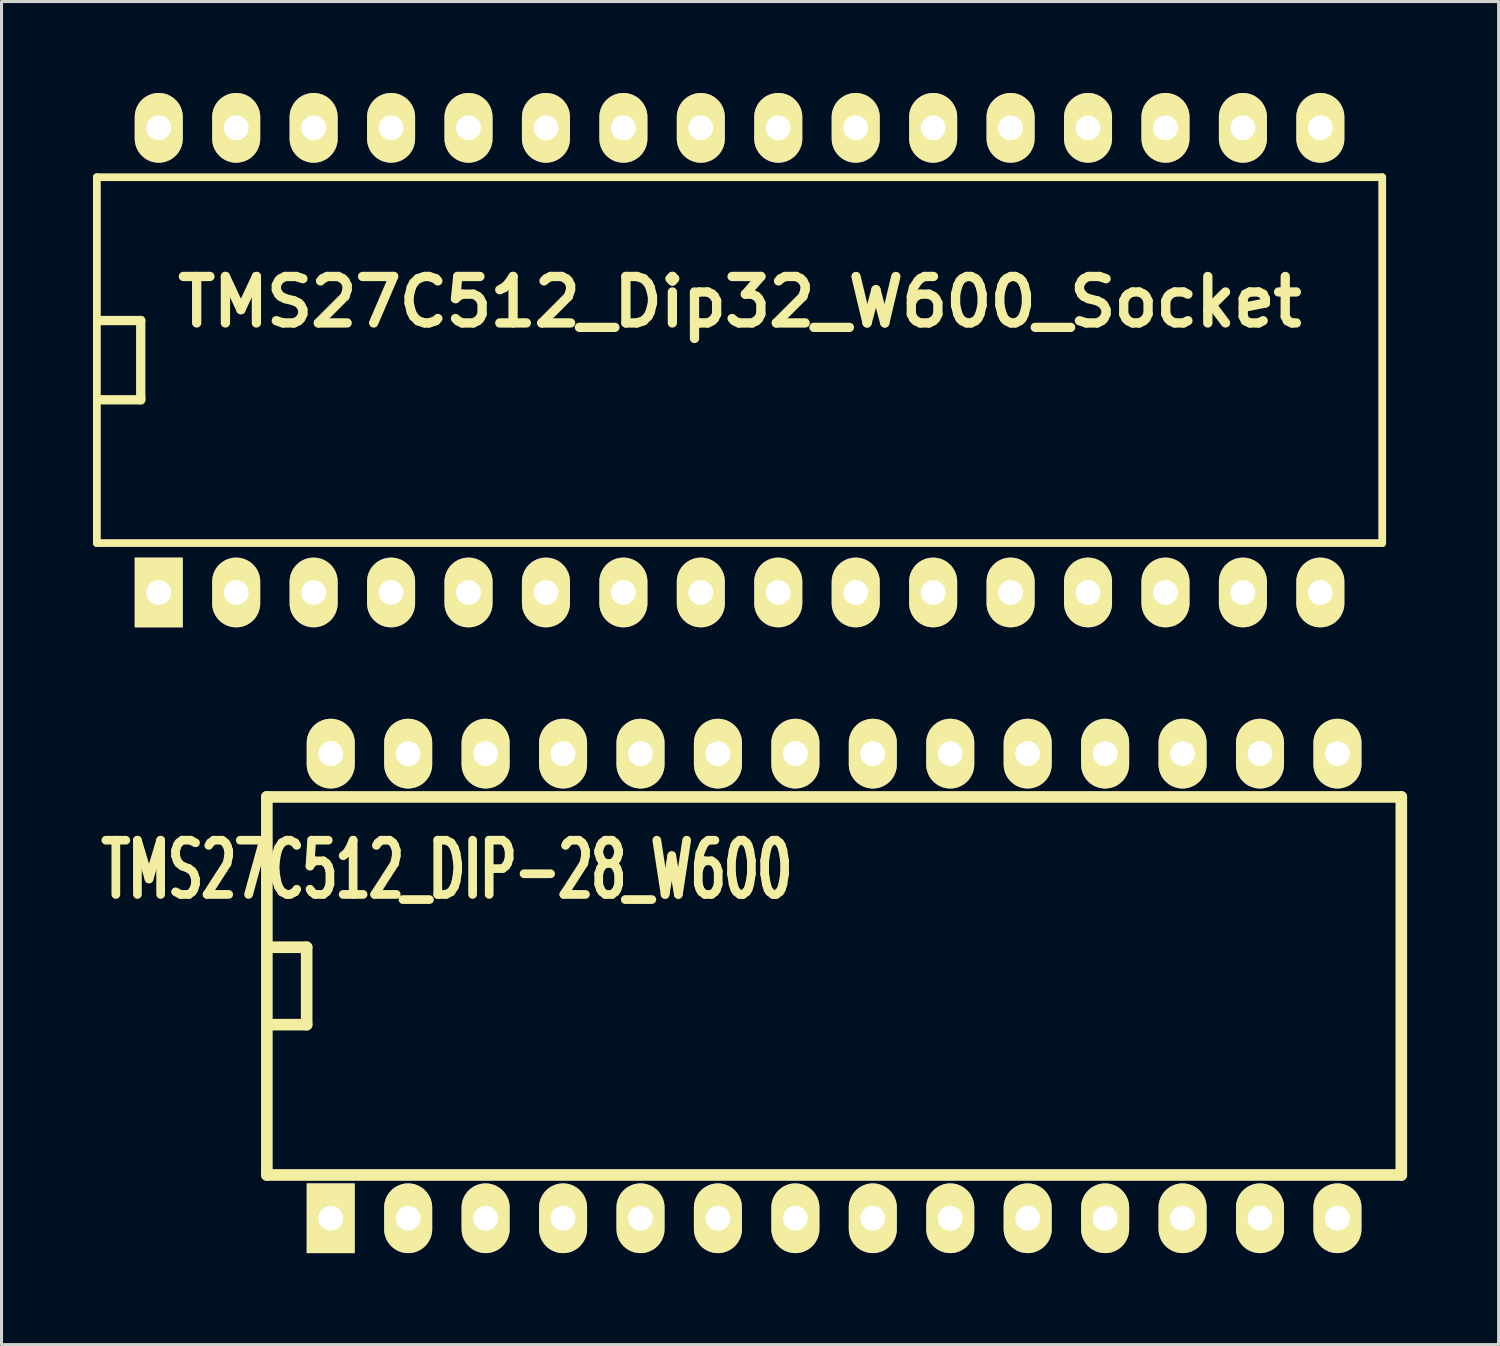
<source format=kicad_pcb>
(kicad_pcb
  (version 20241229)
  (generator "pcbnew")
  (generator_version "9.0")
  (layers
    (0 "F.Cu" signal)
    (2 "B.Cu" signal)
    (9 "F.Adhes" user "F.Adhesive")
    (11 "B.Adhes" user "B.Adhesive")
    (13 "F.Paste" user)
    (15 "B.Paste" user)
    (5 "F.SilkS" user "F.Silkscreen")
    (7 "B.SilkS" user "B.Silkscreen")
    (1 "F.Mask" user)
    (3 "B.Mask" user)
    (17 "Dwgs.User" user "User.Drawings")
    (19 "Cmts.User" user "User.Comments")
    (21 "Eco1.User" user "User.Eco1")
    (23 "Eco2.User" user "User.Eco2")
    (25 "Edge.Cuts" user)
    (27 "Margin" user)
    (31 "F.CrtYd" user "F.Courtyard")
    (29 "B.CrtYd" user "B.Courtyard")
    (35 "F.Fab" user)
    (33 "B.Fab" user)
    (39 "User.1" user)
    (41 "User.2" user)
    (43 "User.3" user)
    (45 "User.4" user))
  (footprint "TMS27C512_Dip32_W600_Socket"
    (layer "F.Cu")
    (at 21.207 8.763)
    (property "Reference" "TMS27C512_Dip32_W600_Socket" (at 0.01 -1.91 0) (layer "F.SilkS") (effects (font (size 1.524 1.524) (thickness 0.305))))
    (attr through_hole)
    (fp_line (start -21.08 -6) (end -21.08 6) (stroke (width 0.254) (type solid)) (layer "F.SilkS"))
    (fp_line (start -21.08 6) (end 21.08 6) (stroke (width 0.254) (type solid)) (layer "F.SilkS"))
    (fp_line (start -21.041 -1.3) (end -19.641 -1.3) (stroke (width 0.305) (type solid)) (layer "F.SilkS"))
    (fp_line (start -19.641 -1.3) (end -19.641 1.199) (stroke (width 0.305) (type solid)) (layer "F.SilkS"))
    (fp_line (start -19.641 1.199) (end -19.641 1.3) (stroke (width 0.305) (type solid)) (layer "F.SilkS"))
    (fp_line (start -19.641 1.3) (end -21.041 1.3) (stroke (width 0.305) (type solid)) (layer "F.SilkS"))
    (fp_line (start 21.08 -6) (end -21.08 -6) (stroke (width 0.254) (type solid)) (layer "F.SilkS"))
    (fp_line (start 21.08 6) (end 21.08 -6) (stroke (width 0.254) (type solid)) (layer "F.SilkS"))
    (pad "1" thru_hole rect (at -19.05 7.62) (size 1.575 2.286) (drill 0.813) (layers "*.Cu" "*.Mask" "F.SilkS"))
    (pad "2" thru_hole oval (at -16.51 7.62) (size 1.575 2.286) (drill 0.813) (layers "*.Cu" "*.Mask" "F.SilkS"))
    (pad "3" thru_hole oval (at -13.97 7.62) (size 1.575 2.286) (drill 0.813) (layers "*.Cu" "*.Mask" "F.SilkS"))
    (pad "4" thru_hole oval (at -11.43 7.62) (size 1.575 2.286) (drill 0.813) (layers "*.Cu" "*.Mask" "F.SilkS"))
    (pad "5" thru_hole oval (at -8.89 7.62) (size 1.575 2.286) (drill 0.813) (layers "*.Cu" "*.Mask" "F.SilkS"))
    (pad "6" thru_hole oval (at -6.35 7.62) (size 1.575 2.286) (drill 0.813) (layers "*.Cu" "*.Mask" "F.SilkS"))
    (pad "7" thru_hole oval (at -3.81 7.62) (size 1.575 2.286) (drill 0.813) (layers "*.Cu" "*.Mask" "F.SilkS"))
    (pad "8" thru_hole oval (at -1.27 7.62) (size 1.575 2.286) (drill 0.813) (layers "*.Cu" "*.Mask" "F.SilkS"))
    (pad "9" thru_hole oval (at 1.27 7.62) (size 1.575 2.286) (drill 0.813) (layers "*.Cu" "*.Mask" "F.SilkS"))
    (pad "10" thru_hole oval (at 3.81 7.62) (size 1.575 2.286) (drill 0.813) (layers "*.Cu" "*.Mask" "F.SilkS"))
    (pad "11" thru_hole oval (at 6.35 7.62) (size 1.575 2.286) (drill 0.813) (layers "*.Cu" "*.Mask" "F.SilkS"))
    (pad "12" thru_hole oval (at 8.89 7.62) (size 1.575 2.286) (drill 0.813) (layers "*.Cu" "*.Mask" "F.SilkS"))
    (pad "13" thru_hole oval (at 11.43 7.62) (size 1.575 2.286) (drill 0.813) (layers "*.Cu" "*.Mask" "F.SilkS"))
    (pad "14" thru_hole oval (at 13.97 7.62) (size 1.575 2.286) (drill 0.813) (layers "*.Cu" "*.Mask" "F.SilkS"))
    (pad "15" thru_hole oval (at 16.51 7.62) (size 1.575 2.286) (drill 0.813) (layers "*.Cu" "*.Mask" "F.SilkS"))
    (pad "16" thru_hole oval (at 19.05 7.62) (size 1.575 2.286) (drill 0.813) (layers "*.Cu" "*.Mask" "F.SilkS"))
    (pad "17" thru_hole oval (at 19.05 -7.62) (size 1.575 2.286) (drill 0.813) (layers "*.Cu" "*.Mask" "F.SilkS"))
    (pad "18" thru_hole oval (at 16.51 -7.62) (size 1.575 2.286) (drill 0.813) (layers "*.Cu" "*.Mask" "F.SilkS"))
    (pad "19" thru_hole oval (at 13.97 -7.62) (size 1.575 2.286) (drill 0.813) (layers "*.Cu" "*.Mask" "F.SilkS"))
    (pad "20" thru_hole oval (at 11.43 -7.62) (size 1.575 2.286) (drill 0.813) (layers "*.Cu" "*.Mask" "F.SilkS"))
    (pad "21" thru_hole oval (at 8.89 -7.62) (size 1.575 2.286) (drill 0.813) (layers "*.Cu" "*.Mask" "F.SilkS"))
    (pad "22" thru_hole oval (at 6.35 -7.62) (size 1.575 2.286) (drill 0.813) (layers "*.Cu" "*.Mask" "F.SilkS"))
    (pad "23" thru_hole oval (at 3.81 -7.62) (size 1.575 2.286) (drill 0.813) (layers "*.Cu" "*.Mask" "F.SilkS"))
    (pad "24" thru_hole oval (at 1.27 -7.62) (size 1.575 2.286) (drill 0.813) (layers "*.Cu" "*.Mask" "F.SilkS"))
    (pad "25" thru_hole oval (at -1.27 -7.62) (size 1.575 2.286) (drill 0.813) (layers "*.Cu" "*.Mask" "F.SilkS"))
    (pad "26" thru_hole oval (at -3.81 -7.62) (size 1.575 2.286) (drill 0.813) (layers "*.Cu" "*.Mask" "F.SilkS"))
    (pad "27" thru_hole oval (at -6.35 -7.62) (size 1.575 2.286) (drill 0.813) (layers "*.Cu" "*.Mask" "F.SilkS"))
    (pad "28" thru_hole oval (at -8.89 -7.62) (size 1.575 2.286) (drill 0.813) (layers "*.Cu" "*.Mask" "F.SilkS"))
    (pad "29" thru_hole oval (at -11.43 -7.62) (size 1.575 2.286) (drill 0.813) (layers "*.Cu" "*.Mask" "F.SilkS"))
    (pad "30" thru_hole oval (at -13.97 -7.62) (size 1.575 2.286) (drill 0.813) (layers "*.Cu" "*.Mask" "F.SilkS"))
    (pad "31" thru_hole oval (at -16.51 -7.62) (size 1.575 2.286) (drill 0.813) (layers "*.Cu" "*.Mask" "F.SilkS"))
    (pad "32" thru_hole oval (at -19.05 -7.62) (size 1.575 2.286) (drill 0.813) (layers "*.Cu" "*.Mask" "F.SilkS")))
  (footprint "TMS27C512_DIP-28_W600"
    (layer "F.Cu")
    (at 24.308 29.289)
    (property "Reference" "TMS27C512_DIP-28_W600" (at -12.7 -3.81 0) (layer "F.SilkS") (effects (font (size 1.778 1.143) (thickness 0.305))))
    (attr through_hole)
    (fp_line (start -18.605 -6.2) (end -18.605 6.2) (stroke (width 0.381) (type solid)) (layer "F.SilkS"))
    (fp_line (start -18.605 6.2) (end 18.605 6.2) (stroke (width 0.381) (type solid)) (layer "F.SilkS"))
    (fp_line (start -18.57 -1.27) (end -18.57 -1.27) (stroke (width 0.381) (type solid)) (layer "F.SilkS"))
    (fp_line (start -18.57 -1.27) (end -17.3 -1.27) (stroke (width 0.381) (type solid)) (layer "F.SilkS"))
    (fp_line (start -17.3 -1.27) (end -17.3 1.27) (stroke (width 0.381) (type solid)) (layer "F.SilkS"))
    (fp_line (start -17.3 1.27) (end -18.57 1.27) (stroke (width 0.381) (type solid)) (layer "F.SilkS"))
    (fp_line (start 18.605 -6.2) (end -18.605 -6.2) (stroke (width 0.381) (type solid)) (layer "F.SilkS"))
    (fp_line (start 18.605 6.2) (end 18.605 -6.2) (stroke (width 0.381) (type solid)) (layer "F.SilkS"))
    (pad "1" thru_hole rect (at -16.51 7.62) (size 1.575 2.286) (drill 0.813) (layers "*.Cu" "*.Mask" "F.SilkS"))
    (pad "2" thru_hole oval (at -13.97 7.62) (size 1.575 2.286) (drill 0.813) (layers "*.Cu" "*.Mask" "F.SilkS"))
    (pad "3" thru_hole oval (at -11.43 7.62) (size 1.575 2.286) (drill 0.813) (layers "*.Cu" "*.Mask" "F.SilkS"))
    (pad "4" thru_hole oval (at -8.89 7.62) (size 1.575 2.286) (drill 0.813) (layers "*.Cu" "*.Mask" "F.SilkS"))
    (pad "5" thru_hole oval (at -6.35 7.62) (size 1.575 2.286) (drill 0.813) (layers "*.Cu" "*.Mask" "F.SilkS"))
    (pad "6" thru_hole oval (at -3.81 7.62) (size 1.575 2.286) (drill 0.813) (layers "*.Cu" "*.Mask" "F.SilkS"))
    (pad "7" thru_hole oval (at -1.27 7.62) (size 1.575 2.286) (drill 0.813) (layers "*.Cu" "*.Mask" "F.SilkS"))
    (pad "8" thru_hole oval (at 1.27 7.62) (size 1.575 2.286) (drill 0.813) (layers "*.Cu" "*.Mask" "F.SilkS"))
    (pad "9" thru_hole oval (at 3.81 7.62) (size 1.575 2.286) (drill 0.813) (layers "*.Cu" "*.Mask" "F.SilkS"))
    (pad "10" thru_hole oval (at 6.35 7.62) (size 1.575 2.286) (drill 0.813) (layers "*.Cu" "*.Mask" "F.SilkS"))
    (pad "11" thru_hole oval (at 8.89 7.62) (size 1.575 2.286) (drill 0.813) (layers "*.Cu" "*.Mask" "F.SilkS"))
    (pad "12" thru_hole oval (at 11.43 7.62) (size 1.575 2.286) (drill 0.813) (layers "*.Cu" "*.Mask" "F.SilkS"))
    (pad "13" thru_hole oval (at 13.97 7.62) (size 1.575 2.286) (drill 0.813) (layers "*.Cu" "*.Mask" "F.SilkS"))
    (pad "14" thru_hole oval (at 16.51 7.62) (size 1.575 2.286) (drill 0.813) (layers "*.Cu" "*.Mask" "F.SilkS"))
    (pad "15" thru_hole oval (at 16.51 -7.62) (size 1.575 2.286) (drill 0.813) (layers "*.Cu" "*.Mask" "F.SilkS"))
    (pad "16" thru_hole oval (at 13.97 -7.62) (size 1.575 2.286) (drill 0.813) (layers "*.Cu" "*.Mask" "F.SilkS"))
    (pad "17" thru_hole oval (at 11.43 -7.62) (size 1.575 2.286) (drill 0.813) (layers "*.Cu" "*.Mask" "F.SilkS"))
    (pad "18" thru_hole oval (at 8.89 -7.62) (size 1.575 2.286) (drill 0.813) (layers "*.Cu" "*.Mask" "F.SilkS"))
    (pad "19" thru_hole oval (at 6.35 -7.62) (size 1.575 2.286) (drill 0.813) (layers "*.Cu" "*.Mask" "F.SilkS"))
    (pad "20" thru_hole oval (at 3.81 -7.62) (size 1.575 2.286) (drill 0.813) (layers "*.Cu" "*.Mask" "F.SilkS"))
    (pad "21" thru_hole oval (at 1.27 -7.62) (size 1.575 2.286) (drill 0.813) (layers "*.Cu" "*.Mask" "F.SilkS"))
    (pad "22" thru_hole oval (at -1.27 -7.62) (size 1.575 2.286) (drill 0.813) (layers "*.Cu" "*.Mask" "F.SilkS"))
    (pad "23" thru_hole oval (at -3.81 -7.62) (size 1.575 2.286) (drill 0.813) (layers "*.Cu" "*.Mask" "F.SilkS"))
    (pad "24" thru_hole oval (at -6.35 -7.62) (size 1.575 2.286) (drill 0.813) (layers "*.Cu" "*.Mask" "F.SilkS"))
    (pad "25" thru_hole oval (at -8.89 -7.62) (size 1.575 2.286) (drill 0.813) (layers "*.Cu" "*.Mask" "F.SilkS"))
    (pad "26" thru_hole oval (at -11.43 -7.62) (size 1.575 2.286) (drill 0.813) (layers "*.Cu" "*.Mask" "F.SilkS"))
    (pad "27" thru_hole oval (at -13.97 -7.62) (size 1.575 2.286) (drill 0.813) (layers "*.Cu" "*.Mask" "F.SilkS"))
    (pad "28" thru_hole oval (at -16.51 -7.62) (size 1.575 2.286) (drill 0.813) (layers "*.Cu" "*.Mask" "F.SilkS")))
  (gr_rect
    (start -3 -3)
    (end 46.104 41.052)
    (stroke (width 0.1) (type default))
    (fill no)
    (layer "Edge.Cuts")))
</source>
